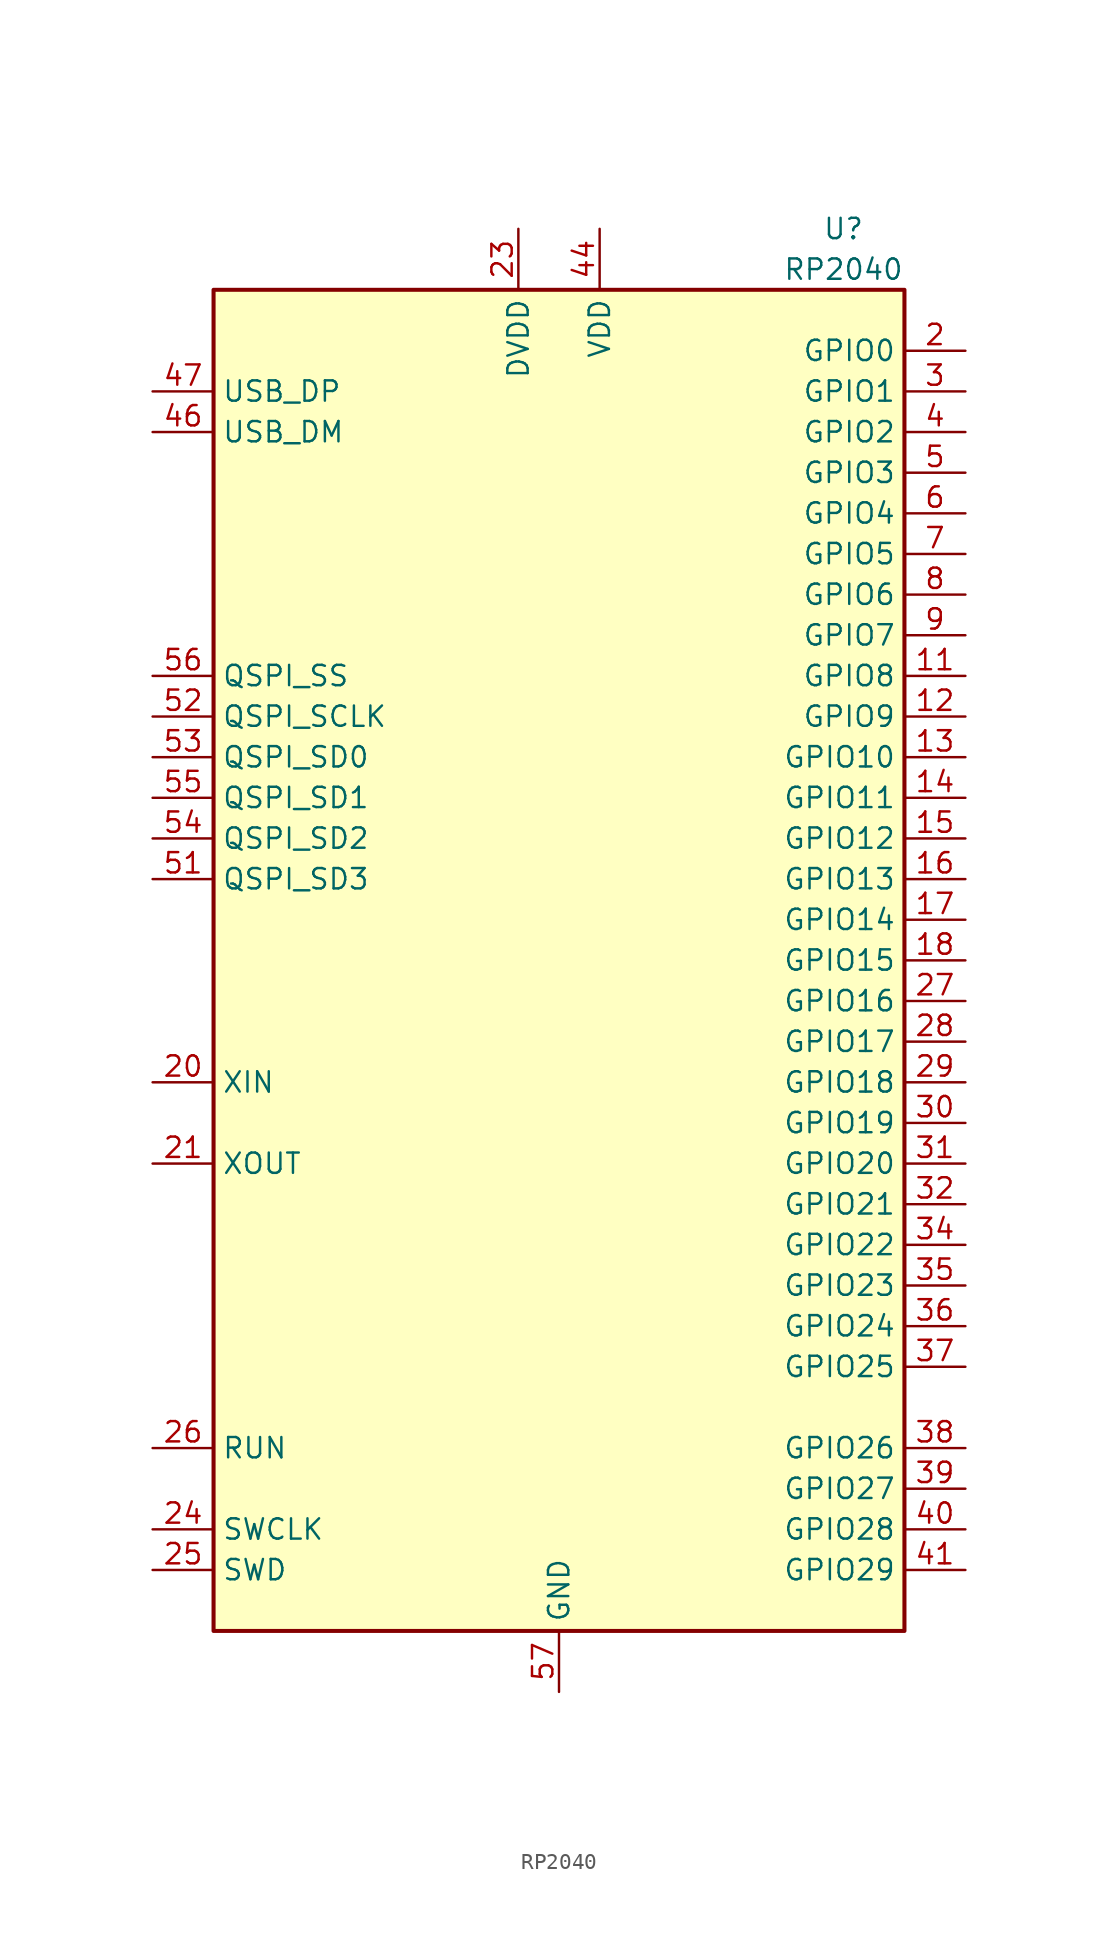
<source format=kicad_sym>
(kicad_symbol_lib
  (version 20241209)
  (generator "kicad_symbol_editor")
  (generator_version "9.0")
  (symbol "RP2040"
    (property "Reference" "U"
      (at 17.78 45.72 0)
      (effects (font (size 1.27 1.27))))
    (property "Value" "RP2040"
      (at 17.78 43.18 0)
      (effects (font (size 1.27 1.27))))
    (symbol "RP2040_0_1"
      (rectangle (start -21.59 41.91) (end 21.59 -41.91) (stroke (width 0.254) (type default)) (fill (type background))))
    (symbol "RP2040_1_1"
      (pin bidirectional line (at -25.4 35.56 0) (length 3.81) (name "USB_DP" (effects (font (size 1.27 1.27)))) (number "47" (effects (font (size 1.27 1.27)))))
      (pin bidirectional line (at -25.4 33.02 0) (length 3.81) (name "USB_DM" (effects (font (size 1.27 1.27)))) (number "46" (effects (font (size 1.27 1.27)))))
      (pin bidirectional line (at -25.4 17.78 0) (length 3.81) (name "QSPI_SS" (effects (font (size 1.27 1.27)))) (number "56" (effects (font (size 1.27 1.27)))))
      (pin output line (at -25.4 15.24 0) (length 3.81) (name "QSPI_SCLK" (effects (font (size 1.27 1.27)))) (number "52" (effects (font (size 1.27 1.27)))))
      (pin bidirectional line (at -25.4 12.7 0) (length 3.81) (name "QSPI_SD0" (effects (font (size 1.27 1.27)))) (number "53" (effects (font (size 1.27 1.27)))))
      (pin bidirectional line (at -25.4 10.16 0) (length 3.81) (name "QSPI_SD1" (effects (font (size 1.27 1.27)))) (number "55" (effects (font (size 1.27 1.27)))))
      (pin bidirectional line (at -25.4 7.62 0) (length 3.81) (name "QSPI_SD2" (effects (font (size 1.27 1.27)))) (number "54" (effects (font (size 1.27 1.27)))))
      (pin bidirectional line (at -25.4 5.08 0) (length 3.81) (name "QSPI_SD3" (effects (font (size 1.27 1.27)))) (number "51" (effects (font (size 1.27 1.27)))))
      (pin input line (at -25.4 -7.62 0) (length 3.81) (name "XIN" (effects (font (size 1.27 1.27)))) (number "20" (effects (font (size 1.27 1.27)))))
      (pin passive line (at -25.4 -12.7 0) (length 3.81) (name "XOUT" (effects (font (size 1.27 1.27)))) (number "21" (effects (font (size 1.27 1.27)))))
      (pin input line (at -25.4 -30.48 0) (length 3.81) (name "RUN" (effects (font (size 1.27 1.27)))) (number "26" (effects (font (size 1.27 1.27)))))
      (pin input line (at -25.4 -35.56 0) (length 3.81) (name "SWCLK" (effects (font (size 1.27 1.27)))) (number "24" (effects (font (size 1.27 1.27)))))
      (pin bidirectional line (at -25.4 -38.1 0) (length 3.81) (name "SWD" (effects (font (size 1.27 1.27)))) (number "25" (effects (font (size 1.27 1.27)))))
      (pin power_in line (at -2.54 45.72 270) (length 3.81) (name "DVDD" (effects (font (size 1.27 1.27)))) (number "23" (effects (font (size 1.27 1.27)))))
      (pin passive line (at -2.54 45.72 270) (length 3.81) (hide yes) (name "DVDD" (effects (font (size 1.27 1.27)))) (number "45" (effects (font (size 1.27 1.27)))))
      (pin passive line (at -2.54 45.72 270) (length 3.81) (hide yes) (name "DVDD" (effects (font (size 1.27 1.27)))) (number "50" (effects (font (size 1.27 1.27)))))
      (pin passive line (at 0 -45.72 90) (length 3.81) (hide yes) (name "GND" (effects (font (size 1.27 1.27)))) (number "19" (effects (font (size 1.27 1.27)))))
      (pin power_in line (at 0 -45.72 90) (length 3.81) (name "GND" (effects (font (size 1.27 1.27)))) (number "57" (effects (font (size 1.27 1.27)))))
      (pin passive line (at 2.54 45.72 270) (length 3.81) (hide yes) (name "VDD" (effects (font (size 1.27 1.27)))) (number "1" (effects (font (size 1.27 1.27)))))
      (pin passive line (at 2.54 45.72 270) (length 3.81) (hide yes) (name "IOVDD" (effects (font (size 1.27 1.27)))) (number "10" (effects (font (size 1.27 1.27)))))
      (pin passive line (at 2.54 45.72 270) (length 3.81) (hide yes) (name "IOVDD" (effects (font (size 1.27 1.27)))) (number "22" (effects (font (size 1.27 1.27)))))
      (pin passive line (at 2.54 45.72 270) (length 3.81) (hide yes) (name "IOVDD" (effects (font (size 1.27 1.27)))) (number "33" (effects (font (size 1.27 1.27)))))
      (pin passive line (at 2.54 45.72 270) (length 3.81) (hide yes) (name "IOVDD" (effects (font (size 1.27 1.27)))) (number "42" (effects (font (size 1.27 1.27)))))
      (pin passive line (at 2.54 45.72 270) (length 3.81) (hide yes) (name "VDD" (effects (font (size 1.27 1.27)))) (number "43" (effects (font (size 1.27 1.27)))))
      (pin power_in line (at 2.54 45.72 270) (length 3.81) (name "VDD" (effects (font (size 1.27 1.27)))) (number "44" (effects (font (size 1.27 1.27)))))
      (pin passive line (at 2.54 45.72 270) (length 3.81) (hide yes) (name "VDD" (effects (font (size 1.27 1.27)))) (number "48" (effects (font (size 1.27 1.27)))))
      (pin passive line (at 2.54 45.72 270) (length 3.81) (hide yes) (name "IOVDD" (effects (font (size 1.27 1.27)))) (number "49" (effects (font (size 1.27 1.27)))))
      (pin bidirectional line (at 25.4 38.1 180) (length 3.81) (name "GPIO0" (effects (font (size 1.27 1.27)))) (number "2" (effects (font (size 1.27 1.27)))) (alternate "I2C0_SDA" bidirectional line) (alternate "PWM0_A" output line) (alternate "SPI0_RX" input line) (alternate "UART0_TX" output line) (alternate "USB_OVCUR_DET" input line))
      (pin bidirectional line (at 25.4 35.56 180) (length 3.81) (name "GPIO1" (effects (font (size 1.27 1.27)))) (number "3" (effects (font (size 1.27 1.27)))) (alternate "I2C0_SCL" bidirectional line) (alternate "PWM0_B" output line) (alternate "SPI0_~{CS}" bidirectional line) (alternate "UART0_RX" input line) (alternate "USB_VBUS_DET" input line))
      (pin bidirectional line (at 25.4 33.02 180) (length 3.81) (name "GPIO2" (effects (font (size 1.27 1.27)))) (number "4" (effects (font (size 1.27 1.27)))) (alternate "I2C1_SDA" bidirectional line) (alternate "PWM1_A" output line) (alternate "SPI0_SCK" output line) (alternate "UART0_CTS" input line) (alternate "USB_VBUS_EN" output line))
      (pin bidirectional line (at 25.4 30.48 180) (length 3.81) (name "GPIO3" (effects (font (size 1.27 1.27)))) (number "5" (effects (font (size 1.27 1.27)))) (alternate "I2C1_SCL" bidirectional line) (alternate "PWM1_B" output line) (alternate "SPI0_TX" output line) (alternate "UART0_RTS" output line) (alternate "USB_OVCUR_DET" input line))
      (pin bidirectional line (at 25.4 27.94 180) (length 3.81) (name "GPIO4" (effects (font (size 1.27 1.27)))) (number "6" (effects (font (size 1.27 1.27)))) (alternate "I2C0_SDA" bidirectional line) (alternate "PWM2_A" output line) (alternate "SPI0_RX" input line) (alternate "UART1_TX" output line) (alternate "USB_VBUS_DET" input line))
      (pin bidirectional line (at 25.4 25.4 180) (length 3.81) (name "GPIO5" (effects (font (size 1.27 1.27)))) (number "7" (effects (font (size 1.27 1.27)))) (alternate "I2C0_SCL" bidirectional line) (alternate "PWM2_B" output line) (alternate "SPI0_~{CS}" bidirectional line) (alternate "UART1_RX" input line) (alternate "USB_VBUS_EN" output line))
      (pin bidirectional line (at 25.4 22.86 180) (length 3.81) (name "GPIO6" (effects (font (size 1.27 1.27)))) (number "8" (effects (font (size 1.27 1.27)))) (alternate "I2C1_SDA" bidirectional line) (alternate "PWM3_A" output line) (alternate "SPI0_SCK" output line) (alternate "UART1_CTS" input line) (alternate "USB_OVCUR_DET" input line))
      (pin bidirectional line (at 25.4 20.32 180) (length 3.81) (name "GPIO7" (effects (font (size 1.27 1.27)))) (number "9" (effects (font (size 1.27 1.27)))) (alternate "I2C1_SCL" bidirectional line) (alternate "PWM3_B" output line) (alternate "SPI0_TX" output line) (alternate "UART1_RTS" output line) (alternate "USB_VBUS_DET" input line))
      (pin bidirectional line (at 25.4 17.78 180) (length 3.81) (name "GPIO8" (effects (font (size 1.27 1.27)))) (number "11" (effects (font (size 1.27 1.27)))) (alternate "I2C0_SDA" bidirectional line) (alternate "PWM4_A" output line) (alternate "SPI1_RX" input line) (alternate "UART1_TX" output line) (alternate "USB_VBUS_EN" output line))
      (pin bidirectional line (at 25.4 15.24 180) (length 3.81) (name "GPIO9" (effects (font (size 1.27 1.27)))) (number "12" (effects (font (size 1.27 1.27)))) (alternate "I2C0_SCL" bidirectional line) (alternate "PWM4_B" output line) (alternate "SPI1_~{CS}" bidirectional line) (alternate "UART1_RX" input line) (alternate "USB_OVCUR_DET" input line))
      (pin bidirectional line (at 25.4 12.7 180) (length 3.81) (name "GPIO10" (effects (font (size 1.27 1.27)))) (number "13" (effects (font (size 1.27 1.27)))) (alternate "I2C1_SDA" bidirectional line) (alternate "PWM5_A" output line) (alternate "SPI1_SCK" output line) (alternate "UART1_CTS" input line) (alternate "USB_VBUS_DET" input line))
      (pin bidirectional line (at 25.4 10.16 180) (length 3.81) (name "GPIO11" (effects (font (size 1.27 1.27)))) (number "14" (effects (font (size 1.27 1.27)))) (alternate "I2C1_SCL" bidirectional line) (alternate "PWM5_B" output line) (alternate "SPI1_TX" output line) (alternate "UART1_RTS" output line) (alternate "USB_VBUS_EN" output line))
      (pin bidirectional line (at 25.4 7.62 180) (length 3.81) (name "GPIO12" (effects (font (size 1.27 1.27)))) (number "15" (effects (font (size 1.27 1.27)))) (alternate "I2C0_SDA" bidirectional line) (alternate "PWM6_A" output line) (alternate "SPI1_RX" input line) (alternate "UART0_TX" output line) (alternate "USB_OVCUR_DET" input line))
      (pin bidirectional line (at 25.4 5.08 180) (length 3.81) (name "GPIO13" (effects (font (size 1.27 1.27)))) (number "16" (effects (font (size 1.27 1.27)))) (alternate "I2C0_SCL" bidirectional line) (alternate "PWM6_B" output line) (alternate "SPI1_~{CS}" bidirectional line) (alternate "UART0_RX" input line) (alternate "USB_VBUS_DET" input line))
      (pin bidirectional line (at 25.4 2.54 180) (length 3.81) (name "GPIO14" (effects (font (size 1.27 1.27)))) (number "17" (effects (font (size 1.27 1.27)))) (alternate "I2C1_SDA" bidirectional line) (alternate "PWM7_A" output line) (alternate "SPI1_SCK" output line) (alternate "UART0_CTS" input line) (alternate "USB_VBUS_EN" output line))
      (pin bidirectional line (at 25.4 0 180) (length 3.81) (name "GPIO15" (effects (font (size 1.27 1.27)))) (number "18" (effects (font (size 1.27 1.27)))) (alternate "I2C1_SCL" bidirectional line) (alternate "PWM7_B" output line) (alternate "SPI1_TX" output line) (alternate "UART0_RTS" output line) (alternate "USB_OVCUR_DET" input line))
      (pin bidirectional line (at 25.4 -2.54 180) (length 3.81) (name "GPIO16" (effects (font (size 1.27 1.27)))) (number "27" (effects (font (size 1.27 1.27)))) (alternate "I2C0_SDA" bidirectional line) (alternate "PWM0_A" output line) (alternate "SPI0_RX" input line) (alternate "UART0_TX" output line) (alternate "USB_VBUS_DET" input line))
      (pin bidirectional line (at 25.4 -5.08 180) (length 3.81) (name "GPIO17" (effects (font (size 1.27 1.27)))) (number "28" (effects (font (size 1.27 1.27)))) (alternate "I2C0_SCL" bidirectional line) (alternate "PWM0_B" output line) (alternate "SPI0_~{CS}" bidirectional line) (alternate "UART0_RX" input line) (alternate "USB_VBUS_EN" output line))
      (pin bidirectional line (at 25.4 -7.62 180) (length 3.81) (name "GPIO18" (effects (font (size 1.27 1.27)))) (number "29" (effects (font (size 1.27 1.27)))) (alternate "I2C1_SDA" bidirectional line) (alternate "PWM1_A" output line) (alternate "SPI0_SCK" output line) (alternate "UART0_CTS" input line) (alternate "USB_OVCUR_DET" input line))
      (pin bidirectional line (at 25.4 -10.16 180) (length 3.81) (name "GPIO19" (effects (font (size 1.27 1.27)))) (number "30" (effects (font (size 1.27 1.27)))) (alternate "I2C1_SCL" bidirectional line) (alternate "PWM1_B" output line) (alternate "SPI0_TX" output line) (alternate "UART0_RTS" output line) (alternate "USB_VBUS_DET" input line))
      (pin bidirectional line (at 25.4 -12.7 180) (length 3.81) (name "GPIO20" (effects (font (size 1.27 1.27)))) (number "31" (effects (font (size 1.27 1.27)))) (alternate "CLOCK_GPIN0" input line) (alternate "I2C0_SDA" bidirectional line) (alternate "PWM2_A" output line) (alternate "SPI0_RX" input line) (alternate "UART1_TX" output line) (alternate "USB_VBUS_EN" output line))
      (pin bidirectional line (at 25.4 -15.24 180) (length 3.81) (name "GPIO21" (effects (font (size 1.27 1.27)))) (number "32" (effects (font (size 1.27 1.27)))) (alternate "CLOCK_GPOUT0" output line) (alternate "I2C0_SCL" bidirectional line) (alternate "PWM2_B" output line) (alternate "SPI0_~{CS}" bidirectional line) (alternate "UART1_RX" input line) (alternate "USB_OVCUR_DET" input line))
      (pin bidirectional line (at 25.4 -17.78 180) (length 3.81) (name "GPIO22" (effects (font (size 1.27 1.27)))) (number "34" (effects (font (size 1.27 1.27)))) (alternate "CLOCK_GPIN1" input line) (alternate "I2C1_SDA" bidirectional line) (alternate "PWM3_A" output line) (alternate "SPI0_SCK" output line) (alternate "UART1_CTS" input line) (alternate "USB_VBUS_DET" input line))
      (pin bidirectional line (at 25.4 -20.32 180) (length 3.81) (name "GPIO23" (effects (font (size 1.27 1.27)))) (number "35" (effects (font (size 1.27 1.27)))) (alternate "CLOCK_GPOUT1" output line) (alternate "I2C1_SCL" bidirectional line) (alternate "PWM3_B" output line) (alternate "SPI0_TX" output line) (alternate "UART1_RTS" output line) (alternate "USB_VBUS_EN" output line))
      (pin bidirectional line (at 25.4 -22.86 180) (length 3.81) (name "GPIO24" (effects (font (size 1.27 1.27)))) (number "36" (effects (font (size 1.27 1.27)))) (alternate "CLOCK_GPOUT2" output line) (alternate "I2C0_SDA" bidirectional line) (alternate "PWM4_A" output line) (alternate "SPI1_RX" input line) (alternate "UART1_TX" output line) (alternate "USB_OVCUR_DET" input line))
      (pin bidirectional line (at 25.4 -25.4 180) (length 3.81) (name "GPIO25" (effects (font (size 1.27 1.27)))) (number "37" (effects (font (size 1.27 1.27)))) (alternate "CLOCK_GPOUT3" output line) (alternate "I2C0_SCL" bidirectional line) (alternate "PWM4_B" output line) (alternate "SPI1_~{CS}" bidirectional line) (alternate "UART1_RX" input line) (alternate "USB_VBUS_DET" input line))
      (pin bidirectional line (at 25.4 -30.48 180) (length 3.81) (name "GPIO26" (effects (font (size 1.27 1.27)))) (number "38" (effects (font (size 1.27 1.27)))) (alternate "ADC0" input line) (alternate "I2C1_SDA" bidirectional line) (alternate "PWM5_A" output line) (alternate "SPI1_SCK" output line) (alternate "UART1_CTS" input line) (alternate "USB_VBUS_EN" output line))
      (pin bidirectional line (at 25.4 -33.02 180) (length 3.81) (name "GPIO27" (effects (font (size 1.27 1.27)))) (number "39" (effects (font (size 1.27 1.27)))) (alternate "ADC1" input line) (alternate "I2C1_SCL" bidirectional line) (alternate "PWM5_B" output line) (alternate "SPI1_TX" output line) (alternate "UART1_RTS" output line) (alternate "USB_OVCUR_DET" input line))
      (pin bidirectional line (at 25.4 -35.56 180) (length 3.81) (name "GPIO28" (effects (font (size 1.27 1.27)))) (number "40" (effects (font (size 1.27 1.27)))) (alternate "ADC2" input line) (alternate "I2C0_SDA" bidirectional line) (alternate "PWM6_A" output line) (alternate "SPI1_RX" input line) (alternate "UART0_TX" output line) (alternate "USB_VBUS_DET" input line))
      (pin bidirectional line (at 25.4 -38.1 180) (length 3.81) (name "GPIO29" (effects (font (size 1.27 1.27)))) (number "41" (effects (font (size 1.27 1.27)))) (alternate "ADC3" input line) (alternate "I2C0_SCL" bidirectional line) (alternate "PWM6_B" output line) (alternate "SPI1_~{CS}" bidirectional line) (alternate "UART0_RX" input line) (alternate "USB_VBUS_EN" output line)))))
</source>
